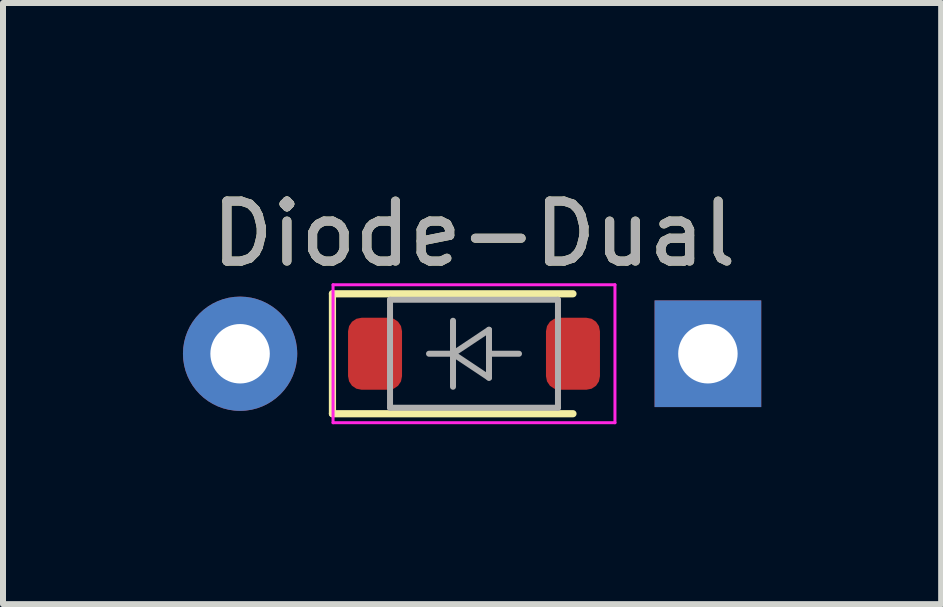
<source format=kicad_pcb>
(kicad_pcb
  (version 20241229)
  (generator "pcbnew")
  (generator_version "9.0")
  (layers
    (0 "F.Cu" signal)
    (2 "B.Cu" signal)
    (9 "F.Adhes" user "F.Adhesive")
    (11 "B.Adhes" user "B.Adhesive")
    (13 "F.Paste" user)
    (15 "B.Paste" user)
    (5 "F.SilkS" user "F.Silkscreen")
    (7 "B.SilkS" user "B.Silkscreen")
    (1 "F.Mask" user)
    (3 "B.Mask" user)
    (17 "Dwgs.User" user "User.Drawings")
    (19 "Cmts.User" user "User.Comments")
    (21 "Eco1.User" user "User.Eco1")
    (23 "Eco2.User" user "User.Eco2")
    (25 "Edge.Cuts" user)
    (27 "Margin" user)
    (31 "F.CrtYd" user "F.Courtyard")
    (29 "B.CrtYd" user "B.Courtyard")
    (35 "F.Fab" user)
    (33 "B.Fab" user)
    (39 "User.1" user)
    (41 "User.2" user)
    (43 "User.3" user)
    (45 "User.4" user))
  (footprint "Diode-Dual"
    (layer "F.Cu")
    (at 4.853 2.848)
    (property "Reference" "Diode-Dual" (at 0 -2 0) (layer "F.SilkS") (effects (font (size 1 1) (thickness 0.15))))
    (attr smd)
    (fp_line (start -2.36 -1) (end -2.36 1) (stroke (width 0.12) (type solid)) (layer "F.SilkS"))
    (fp_line (start -2.36 -1) (end 1.65 -1) (stroke (width 0.12) (type solid)) (layer "F.SilkS"))
    (fp_line (start -2.36 1) (end 1.65 1) (stroke (width 0.12) (type solid)) (layer "F.SilkS"))
    (fp_line (start -2.35 -1.15) (end -2.35 1.15) (stroke (width 0.05) (type solid)) (layer "F.CrtYd"))
    (fp_line (start -2.35 -1.15) (end 2.35 -1.15) (stroke (width 0.05) (type solid)) (layer "F.CrtYd"))
    (fp_line (start 2.35 -1.15) (end 2.35 1.15) (stroke (width 0.05) (type solid)) (layer "F.CrtYd"))
    (fp_line (start 2.35 1.15) (end -2.35 1.15) (stroke (width 0.05) (type solid)) (layer "F.CrtYd"))
    (fp_line (start -1.4 -0.9) (end 1.4 -0.9) (stroke (width 0.1) (type solid)) (layer "F.Fab"))
    (fp_line (start -1.4 0.9) (end -1.4 -0.9) (stroke (width 0.1) (type solid)) (layer "F.Fab"))
    (fp_line (start -0.75 0) (end -0.35 0) (stroke (width 0.1) (type solid)) (layer "F.Fab"))
    (fp_line (start -0.35 0) (end -0.35 -0.55) (stroke (width 0.1) (type solid)) (layer "F.Fab"))
    (fp_line (start -0.35 0) (end -0.35 0.55) (stroke (width 0.1) (type solid)) (layer "F.Fab"))
    (fp_line (start -0.35 0) (end 0.25 -0.4) (stroke (width 0.1) (type solid)) (layer "F.Fab"))
    (fp_line (start 0.25 -0.4) (end 0.25 0.4) (stroke (width 0.1) (type solid)) (layer "F.Fab"))
    (fp_line (start 0.25 0) (end 0.75 0) (stroke (width 0.1) (type solid)) (layer "F.Fab"))
    (fp_line (start 0.25 0.4) (end -0.35 0) (stroke (width 0.1) (type solid)) (layer "F.Fab"))
    (fp_line (start 1.4 -0.9) (end 1.4 0.9) (stroke (width 0.1) (type solid)) (layer "F.Fab"))
    (fp_line (start 1.4 0.9) (end -1.4 0.9) (stroke (width 0.1) (type solid)) (layer "F.Fab"))
    (fp_text user "${REFERENCE}" (at 0 -2 0) (layer "F.Fab") (effects (font (size 1 1) (thickness 0.15))))
    (pad "1" thru_hole circle (at -3.9 0) (size 1.905 1.905) (drill 0.991) (layers "*.Cu" "*.Mask"))
    (pad "1" smd roundrect (at -1.65 0) (size 0.9 1.2) (layers "F.Cu" "F.Mask" "F.Paste") (roundrect_rratio 0.25))
    (pad "2" smd roundrect (at 1.65 0) (size 0.9 1.2) (layers "F.Cu" "F.Mask" "F.Paste") (roundrect_rratio 0.25))
    (pad "2" thru_hole rect (at 3.9 0) (size 1.778 1.778) (drill 0.991) (layers "*.Cu" "*.Mask")))
  (gr_rect
    (start -3 -3)
    (end 12.642 7.023)
    (stroke (width 0.1) (type default))
    (fill no)
    (layer "Edge.Cuts")))
</source>
